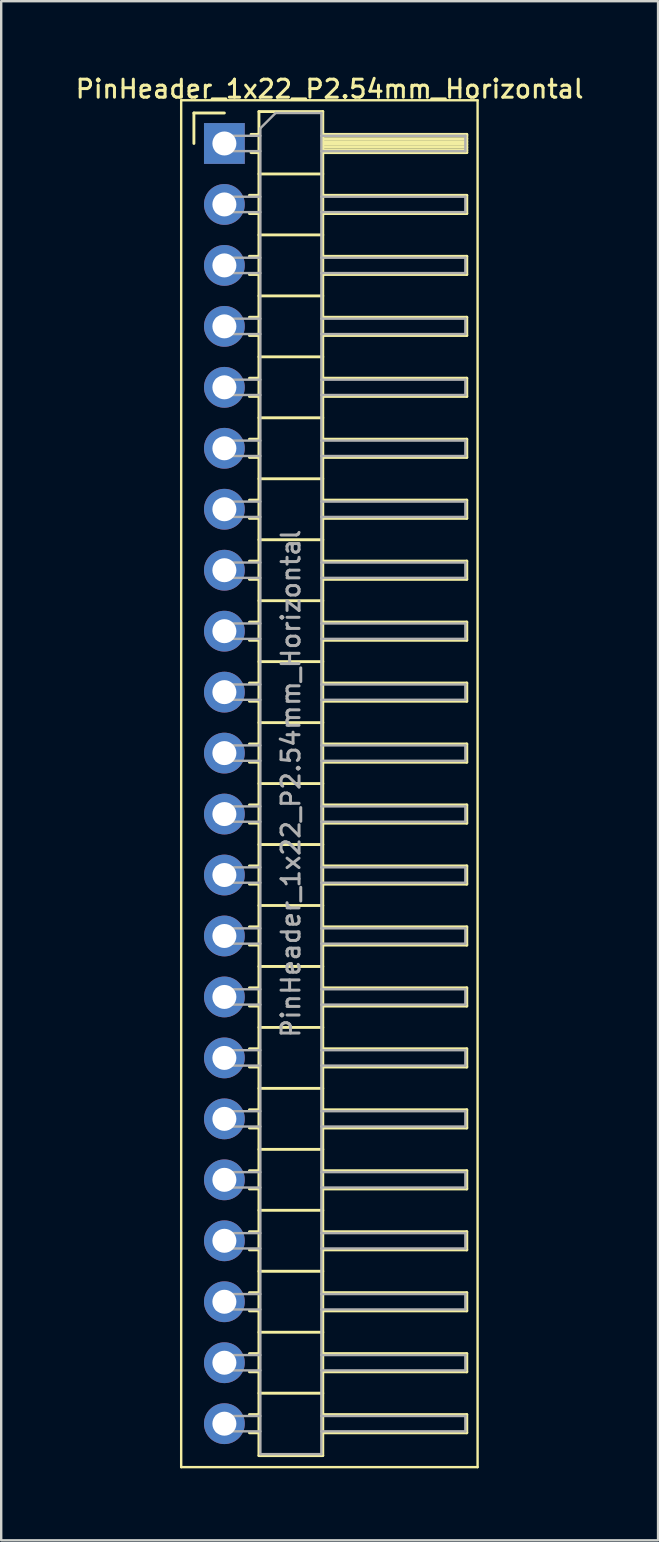
<source format=kicad_pcb>
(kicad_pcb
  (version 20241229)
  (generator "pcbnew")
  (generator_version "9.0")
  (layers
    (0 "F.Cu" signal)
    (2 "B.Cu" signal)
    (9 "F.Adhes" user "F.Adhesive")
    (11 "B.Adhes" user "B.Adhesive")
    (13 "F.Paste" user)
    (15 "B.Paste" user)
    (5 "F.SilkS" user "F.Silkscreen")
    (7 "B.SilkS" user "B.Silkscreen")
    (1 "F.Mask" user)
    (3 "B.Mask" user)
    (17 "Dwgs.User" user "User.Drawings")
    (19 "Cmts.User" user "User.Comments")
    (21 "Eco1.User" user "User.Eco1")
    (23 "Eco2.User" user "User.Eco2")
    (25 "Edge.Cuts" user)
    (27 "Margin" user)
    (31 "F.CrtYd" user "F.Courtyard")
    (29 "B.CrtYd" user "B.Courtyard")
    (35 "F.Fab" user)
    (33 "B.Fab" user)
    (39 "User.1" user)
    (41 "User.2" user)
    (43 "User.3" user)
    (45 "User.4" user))
  (footprint "PinHeader_1x22_P2.54mm_Horizontal"
    (layer "F.Cu")
    (at 6.299 2.928)
    (property "Reference" "PinHeader_1x22_P2.54mm_Horizontal" (at 4.385 -2.27 0) (layer "F.SilkS") (effects (font (size 0.75 0.75) (thickness 0.125))))
    (attr through_hole)
    (fp_line (start -1.8 -1.8) (end -1.8 55.15) (stroke (width 0.1) (type solid)) (layer "F.SilkS"))
    (fp_line (start -1.8 55.15) (end 10.55 55.15) (stroke (width 0.1) (type solid)) (layer "F.SilkS"))
    (fp_line (start -1.27 -1.27) (end 0 -1.27) (stroke (width 0.12) (type solid)) (layer "F.SilkS"))
    (fp_line (start -1.27 0) (end -1.27 -1.27) (stroke (width 0.12) (type solid)) (layer "F.SilkS"))
    (fp_line (start 1.043 2.16) (end 1.44 2.16) (stroke (width 0.12) (type solid)) (layer "F.SilkS"))
    (fp_line (start 1.043 2.92) (end 1.44 2.92) (stroke (width 0.12) (type solid)) (layer "F.SilkS"))
    (fp_line (start 1.043 4.7) (end 1.44 4.7) (stroke (width 0.12) (type solid)) (layer "F.SilkS"))
    (fp_line (start 1.043 5.46) (end 1.44 5.46) (stroke (width 0.12) (type solid)) (layer "F.SilkS"))
    (fp_line (start 1.043 7.24) (end 1.44 7.24) (stroke (width 0.12) (type solid)) (layer "F.SilkS"))
    (fp_line (start 1.043 8) (end 1.44 8) (stroke (width 0.12) (type solid)) (layer "F.SilkS"))
    (fp_line (start 1.043 9.78) (end 1.44 9.78) (stroke (width 0.12) (type solid)) (layer "F.SilkS"))
    (fp_line (start 1.043 10.54) (end 1.44 10.54) (stroke (width 0.12) (type solid)) (layer "F.SilkS"))
    (fp_line (start 1.043 12.32) (end 1.44 12.32) (stroke (width 0.12) (type solid)) (layer "F.SilkS"))
    (fp_line (start 1.043 13.08) (end 1.44 13.08) (stroke (width 0.12) (type solid)) (layer "F.SilkS"))
    (fp_line (start 1.043 14.86) (end 1.44 14.86) (stroke (width 0.12) (type solid)) (layer "F.SilkS"))
    (fp_line (start 1.043 15.62) (end 1.44 15.62) (stroke (width 0.12) (type solid)) (layer "F.SilkS"))
    (fp_line (start 1.043 17.4) (end 1.44 17.4) (stroke (width 0.12) (type solid)) (layer "F.SilkS"))
    (fp_line (start 1.043 18.16) (end 1.44 18.16) (stroke (width 0.12) (type solid)) (layer "F.SilkS"))
    (fp_line (start 1.043 19.94) (end 1.44 19.94) (stroke (width 0.12) (type solid)) (layer "F.SilkS"))
    (fp_line (start 1.043 20.7) (end 1.44 20.7) (stroke (width 0.12) (type solid)) (layer "F.SilkS"))
    (fp_line (start 1.043 22.48) (end 1.44 22.48) (stroke (width 0.12) (type solid)) (layer "F.SilkS"))
    (fp_line (start 1.043 23.24) (end 1.44 23.24) (stroke (width 0.12) (type solid)) (layer "F.SilkS"))
    (fp_line (start 1.043 25.02) (end 1.44 25.02) (stroke (width 0.12) (type solid)) (layer "F.SilkS"))
    (fp_line (start 1.043 25.78) (end 1.44 25.78) (stroke (width 0.12) (type solid)) (layer "F.SilkS"))
    (fp_line (start 1.043 27.56) (end 1.44 27.56) (stroke (width 0.12) (type solid)) (layer "F.SilkS"))
    (fp_line (start 1.043 28.32) (end 1.44 28.32) (stroke (width 0.12) (type solid)) (layer "F.SilkS"))
    (fp_line (start 1.043 30.1) (end 1.44 30.1) (stroke (width 0.12) (type solid)) (layer "F.SilkS"))
    (fp_line (start 1.043 30.86) (end 1.44 30.86) (stroke (width 0.12) (type solid)) (layer "F.SilkS"))
    (fp_line (start 1.043 32.64) (end 1.44 32.64) (stroke (width 0.12) (type solid)) (layer "F.SilkS"))
    (fp_line (start 1.043 33.4) (end 1.44 33.4) (stroke (width 0.12) (type solid)) (layer "F.SilkS"))
    (fp_line (start 1.043 35.18) (end 1.44 35.18) (stroke (width 0.12) (type solid)) (layer "F.SilkS"))
    (fp_line (start 1.043 35.94) (end 1.44 35.94) (stroke (width 0.12) (type solid)) (layer "F.SilkS"))
    (fp_line (start 1.043 37.72) (end 1.44 37.72) (stroke (width 0.12) (type solid)) (layer "F.SilkS"))
    (fp_line (start 1.043 38.48) (end 1.44 38.48) (stroke (width 0.12) (type solid)) (layer "F.SilkS"))
    (fp_line (start 1.043 40.26) (end 1.44 40.26) (stroke (width 0.12) (type solid)) (layer "F.SilkS"))
    (fp_line (start 1.043 41.02) (end 1.44 41.02) (stroke (width 0.12) (type solid)) (layer "F.SilkS"))
    (fp_line (start 1.043 42.8) (end 1.44 42.8) (stroke (width 0.12) (type solid)) (layer "F.SilkS"))
    (fp_line (start 1.043 43.56) (end 1.44 43.56) (stroke (width 0.12) (type solid)) (layer "F.SilkS"))
    (fp_line (start 1.043 45.34) (end 1.44 45.34) (stroke (width 0.12) (type solid)) (layer "F.SilkS"))
    (fp_line (start 1.043 46.1) (end 1.44 46.1) (stroke (width 0.12) (type solid)) (layer "F.SilkS"))
    (fp_line (start 1.043 47.88) (end 1.44 47.88) (stroke (width 0.12) (type solid)) (layer "F.SilkS"))
    (fp_line (start 1.043 48.64) (end 1.44 48.64) (stroke (width 0.12) (type solid)) (layer "F.SilkS"))
    (fp_line (start 1.043 50.42) (end 1.44 50.42) (stroke (width 0.12) (type solid)) (layer "F.SilkS"))
    (fp_line (start 1.043 51.18) (end 1.44 51.18) (stroke (width 0.12) (type solid)) (layer "F.SilkS"))
    (fp_line (start 1.043 52.96) (end 1.44 52.96) (stroke (width 0.12) (type solid)) (layer "F.SilkS"))
    (fp_line (start 1.043 53.72) (end 1.44 53.72) (stroke (width 0.12) (type solid)) (layer "F.SilkS"))
    (fp_line (start 1.11 -0.38) (end 1.44 -0.38) (stroke (width 0.12) (type solid)) (layer "F.SilkS"))
    (fp_line (start 1.11 0.38) (end 1.44 0.38) (stroke (width 0.12) (type solid)) (layer "F.SilkS"))
    (fp_line (start 1.44 -1.33) (end 1.44 54.67) (stroke (width 0.12) (type solid)) (layer "F.SilkS"))
    (fp_line (start 1.44 1.27) (end 4.1 1.27) (stroke (width 0.12) (type solid)) (layer "F.SilkS"))
    (fp_line (start 1.44 3.81) (end 4.1 3.81) (stroke (width 0.12) (type solid)) (layer "F.SilkS"))
    (fp_line (start 1.44 6.35) (end 4.1 6.35) (stroke (width 0.12) (type solid)) (layer "F.SilkS"))
    (fp_line (start 1.44 8.89) (end 4.1 8.89) (stroke (width 0.12) (type solid)) (layer "F.SilkS"))
    (fp_line (start 1.44 11.43) (end 4.1 11.43) (stroke (width 0.12) (type solid)) (layer "F.SilkS"))
    (fp_line (start 1.44 13.97) (end 4.1 13.97) (stroke (width 0.12) (type solid)) (layer "F.SilkS"))
    (fp_line (start 1.44 16.51) (end 4.1 16.51) (stroke (width 0.12) (type solid)) (layer "F.SilkS"))
    (fp_line (start 1.44 19.05) (end 4.1 19.05) (stroke (width 0.12) (type solid)) (layer "F.SilkS"))
    (fp_line (start 1.44 21.59) (end 4.1 21.59) (stroke (width 0.12) (type solid)) (layer "F.SilkS"))
    (fp_line (start 1.44 24.13) (end 4.1 24.13) (stroke (width 0.12) (type solid)) (layer "F.SilkS"))
    (fp_line (start 1.44 26.67) (end 4.1 26.67) (stroke (width 0.12) (type solid)) (layer "F.SilkS"))
    (fp_line (start 1.44 29.21) (end 4.1 29.21) (stroke (width 0.12) (type solid)) (layer "F.SilkS"))
    (fp_line (start 1.44 31.75) (end 4.1 31.75) (stroke (width 0.12) (type solid)) (layer "F.SilkS"))
    (fp_line (start 1.44 34.29) (end 4.1 34.29) (stroke (width 0.12) (type solid)) (layer "F.SilkS"))
    (fp_line (start 1.44 36.83) (end 4.1 36.83) (stroke (width 0.12) (type solid)) (layer "F.SilkS"))
    (fp_line (start 1.44 39.37) (end 4.1 39.37) (stroke (width 0.12) (type solid)) (layer "F.SilkS"))
    (fp_line (start 1.44 41.91) (end 4.1 41.91) (stroke (width 0.12) (type solid)) (layer "F.SilkS"))
    (fp_line (start 1.44 44.45) (end 4.1 44.45) (stroke (width 0.12) (type solid)) (layer "F.SilkS"))
    (fp_line (start 1.44 46.99) (end 4.1 46.99) (stroke (width 0.12) (type solid)) (layer "F.SilkS"))
    (fp_line (start 1.44 49.53) (end 4.1 49.53) (stroke (width 0.12) (type solid)) (layer "F.SilkS"))
    (fp_line (start 1.44 52.07) (end 4.1 52.07) (stroke (width 0.12) (type solid)) (layer "F.SilkS"))
    (fp_line (start 1.44 54.67) (end 4.1 54.67) (stroke (width 0.12) (type solid)) (layer "F.SilkS"))
    (fp_line (start 4.1 -1.33) (end 1.44 -1.33) (stroke (width 0.12) (type solid)) (layer "F.SilkS"))
    (fp_line (start 4.1 -0.38) (end 10.1 -0.38) (stroke (width 0.12) (type solid)) (layer "F.SilkS"))
    (fp_line (start 4.1 -0.32) (end 10.1 -0.32) (stroke (width 0.12) (type solid)) (layer "F.SilkS"))
    (fp_line (start 4.1 -0.2) (end 10.1 -0.2) (stroke (width 0.12) (type solid)) (layer "F.SilkS"))
    (fp_line (start 4.1 -0.08) (end 10.1 -0.08) (stroke (width 0.12) (type solid)) (layer "F.SilkS"))
    (fp_line (start 4.1 0.04) (end 10.1 0.04) (stroke (width 0.12) (type solid)) (layer "F.SilkS"))
    (fp_line (start 4.1 0.16) (end 10.1 0.16) (stroke (width 0.12) (type solid)) (layer "F.SilkS"))
    (fp_line (start 4.1 0.28) (end 10.1 0.28) (stroke (width 0.12) (type solid)) (layer "F.SilkS"))
    (fp_line (start 4.1 2.16) (end 10.1 2.16) (stroke (width 0.12) (type solid)) (layer "F.SilkS"))
    (fp_line (start 4.1 4.7) (end 10.1 4.7) (stroke (width 0.12) (type solid)) (layer "F.SilkS"))
    (fp_line (start 4.1 7.24) (end 10.1 7.24) (stroke (width 0.12) (type solid)) (layer "F.SilkS"))
    (fp_line (start 4.1 9.78) (end 10.1 9.78) (stroke (width 0.12) (type solid)) (layer "F.SilkS"))
    (fp_line (start 4.1 12.32) (end 10.1 12.32) (stroke (width 0.12) (type solid)) (layer "F.SilkS"))
    (fp_line (start 4.1 14.86) (end 10.1 14.86) (stroke (width 0.12) (type solid)) (layer "F.SilkS"))
    (fp_line (start 4.1 17.4) (end 10.1 17.4) (stroke (width 0.12) (type solid)) (layer "F.SilkS"))
    (fp_line (start 4.1 19.94) (end 10.1 19.94) (stroke (width 0.12) (type solid)) (layer "F.SilkS"))
    (fp_line (start 4.1 22.48) (end 10.1 22.48) (stroke (width 0.12) (type solid)) (layer "F.SilkS"))
    (fp_line (start 4.1 25.02) (end 10.1 25.02) (stroke (width 0.12) (type solid)) (layer "F.SilkS"))
    (fp_line (start 4.1 27.56) (end 10.1 27.56) (stroke (width 0.12) (type solid)) (layer "F.SilkS"))
    (fp_line (start 4.1 30.1) (end 10.1 30.1) (stroke (width 0.12) (type solid)) (layer "F.SilkS"))
    (fp_line (start 4.1 32.64) (end 10.1 32.64) (stroke (width 0.12) (type solid)) (layer "F.SilkS"))
    (fp_line (start 4.1 35.18) (end 10.1 35.18) (stroke (width 0.12) (type solid)) (layer "F.SilkS"))
    (fp_line (start 4.1 37.72) (end 10.1 37.72) (stroke (width 0.12) (type solid)) (layer "F.SilkS"))
    (fp_line (start 4.1 40.26) (end 10.1 40.26) (stroke (width 0.12) (type solid)) (layer "F.SilkS"))
    (fp_line (start 4.1 42.8) (end 10.1 42.8) (stroke (width 0.12) (type solid)) (layer "F.SilkS"))
    (fp_line (start 4.1 45.34) (end 10.1 45.34) (stroke (width 0.12) (type solid)) (layer "F.SilkS"))
    (fp_line (start 4.1 47.88) (end 10.1 47.88) (stroke (width 0.12) (type solid)) (layer "F.SilkS"))
    (fp_line (start 4.1 50.42) (end 10.1 50.42) (stroke (width 0.12) (type solid)) (layer "F.SilkS"))
    (fp_line (start 4.1 52.96) (end 10.1 52.96) (stroke (width 0.12) (type solid)) (layer "F.SilkS"))
    (fp_line (start 4.1 54.67) (end 4.1 -1.33) (stroke (width 0.12) (type solid)) (layer "F.SilkS"))
    (fp_line (start 10.1 -0.38) (end 10.1 0.38) (stroke (width 0.12) (type solid)) (layer "F.SilkS"))
    (fp_line (start 10.1 0.38) (end 4.1 0.38) (stroke (width 0.12) (type solid)) (layer "F.SilkS"))
    (fp_line (start 10.1 2.16) (end 10.1 2.92) (stroke (width 0.12) (type solid)) (layer "F.SilkS"))
    (fp_line (start 10.1 2.92) (end 4.1 2.92) (stroke (width 0.12) (type solid)) (layer "F.SilkS"))
    (fp_line (start 10.1 4.7) (end 10.1 5.46) (stroke (width 0.12) (type solid)) (layer "F.SilkS"))
    (fp_line (start 10.1 5.46) (end 4.1 5.46) (stroke (width 0.12) (type solid)) (layer "F.SilkS"))
    (fp_line (start 10.1 7.24) (end 10.1 8) (stroke (width 0.12) (type solid)) (layer "F.SilkS"))
    (fp_line (start 10.1 8) (end 4.1 8) (stroke (width 0.12) (type solid)) (layer "F.SilkS"))
    (fp_line (start 10.1 9.78) (end 10.1 10.54) (stroke (width 0.12) (type solid)) (layer "F.SilkS"))
    (fp_line (start 10.1 10.54) (end 4.1 10.54) (stroke (width 0.12) (type solid)) (layer "F.SilkS"))
    (fp_line (start 10.1 12.32) (end 10.1 13.08) (stroke (width 0.12) (type solid)) (layer "F.SilkS"))
    (fp_line (start 10.1 13.08) (end 4.1 13.08) (stroke (width 0.12) (type solid)) (layer "F.SilkS"))
    (fp_line (start 10.1 14.86) (end 10.1 15.62) (stroke (width 0.12) (type solid)) (layer "F.SilkS"))
    (fp_line (start 10.1 15.62) (end 4.1 15.62) (stroke (width 0.12) (type solid)) (layer "F.SilkS"))
    (fp_line (start 10.1 17.4) (end 10.1 18.16) (stroke (width 0.12) (type solid)) (layer "F.SilkS"))
    (fp_line (start 10.1 18.16) (end 4.1 18.16) (stroke (width 0.12) (type solid)) (layer "F.SilkS"))
    (fp_line (start 10.1 19.94) (end 10.1 20.7) (stroke (width 0.12) (type solid)) (layer "F.SilkS"))
    (fp_line (start 10.1 20.7) (end 4.1 20.7) (stroke (width 0.12) (type solid)) (layer "F.SilkS"))
    (fp_line (start 10.1 22.48) (end 10.1 23.24) (stroke (width 0.12) (type solid)) (layer "F.SilkS"))
    (fp_line (start 10.1 23.24) (end 4.1 23.24) (stroke (width 0.12) (type solid)) (layer "F.SilkS"))
    (fp_line (start 10.1 25.02) (end 10.1 25.78) (stroke (width 0.12) (type solid)) (layer "F.SilkS"))
    (fp_line (start 10.1 25.78) (end 4.1 25.78) (stroke (width 0.12) (type solid)) (layer "F.SilkS"))
    (fp_line (start 10.1 27.56) (end 10.1 28.32) (stroke (width 0.12) (type solid)) (layer "F.SilkS"))
    (fp_line (start 10.1 28.32) (end 4.1 28.32) (stroke (width 0.12) (type solid)) (layer "F.SilkS"))
    (fp_line (start 10.1 30.1) (end 10.1 30.86) (stroke (width 0.12) (type solid)) (layer "F.SilkS"))
    (fp_line (start 10.1 30.86) (end 4.1 30.86) (stroke (width 0.12) (type solid)) (layer "F.SilkS"))
    (fp_line (start 10.1 32.64) (end 10.1 33.4) (stroke (width 0.12) (type solid)) (layer "F.SilkS"))
    (fp_line (start 10.1 33.4) (end 4.1 33.4) (stroke (width 0.12) (type solid)) (layer "F.SilkS"))
    (fp_line (start 10.1 35.18) (end 10.1 35.94) (stroke (width 0.12) (type solid)) (layer "F.SilkS"))
    (fp_line (start 10.1 35.94) (end 4.1 35.94) (stroke (width 0.12) (type solid)) (layer "F.SilkS"))
    (fp_line (start 10.1 37.72) (end 10.1 38.48) (stroke (width 0.12) (type solid)) (layer "F.SilkS"))
    (fp_line (start 10.1 38.48) (end 4.1 38.48) (stroke (width 0.12) (type solid)) (layer "F.SilkS"))
    (fp_line (start 10.1 40.26) (end 10.1 41.02) (stroke (width 0.12) (type solid)) (layer "F.SilkS"))
    (fp_line (start 10.1 41.02) (end 4.1 41.02) (stroke (width 0.12) (type solid)) (layer "F.SilkS"))
    (fp_line (start 10.1 42.8) (end 10.1 43.56) (stroke (width 0.12) (type solid)) (layer "F.SilkS"))
    (fp_line (start 10.1 43.56) (end 4.1 43.56) (stroke (width 0.12) (type solid)) (layer "F.SilkS"))
    (fp_line (start 10.1 45.34) (end 10.1 46.1) (stroke (width 0.12) (type solid)) (layer "F.SilkS"))
    (fp_line (start 10.1 46.1) (end 4.1 46.1) (stroke (width 0.12) (type solid)) (layer "F.SilkS"))
    (fp_line (start 10.1 47.88) (end 10.1 48.64) (stroke (width 0.12) (type solid)) (layer "F.SilkS"))
    (fp_line (start 10.1 48.64) (end 4.1 48.64) (stroke (width 0.12) (type solid)) (layer "F.SilkS"))
    (fp_line (start 10.1 50.42) (end 10.1 51.18) (stroke (width 0.12) (type solid)) (layer "F.SilkS"))
    (fp_line (start 10.1 51.18) (end 4.1 51.18) (stroke (width 0.12) (type solid)) (layer "F.SilkS"))
    (fp_line (start 10.1 52.96) (end 10.1 53.72) (stroke (width 0.12) (type solid)) (layer "F.SilkS"))
    (fp_line (start 10.1 53.72) (end 4.1 53.72) (stroke (width 0.12) (type solid)) (layer "F.SilkS"))
    (fp_line (start 10.55 -1.8) (end -1.8 -1.8) (stroke (width 0.1) (type solid)) (layer "F.SilkS"))
    (fp_line (start 10.55 55.15) (end 10.55 -1.8) (stroke (width 0.1) (type solid)) (layer "F.SilkS"))
    (fp_line (start -0.32 -0.32) (end -0.32 0.32) (stroke (width 0.1) (type solid)) (layer "F.Fab"))
    (fp_line (start -0.32 -0.32) (end 1.5 -0.32) (stroke (width 0.1) (type solid)) (layer "F.Fab"))
    (fp_line (start -0.32 0.32) (end 1.5 0.32) (stroke (width 0.1) (type solid)) (layer "F.Fab"))
    (fp_line (start -0.32 2.22) (end -0.32 2.86) (stroke (width 0.1) (type solid)) (layer "F.Fab"))
    (fp_line (start -0.32 2.22) (end 1.5 2.22) (stroke (width 0.1) (type solid)) (layer "F.Fab"))
    (fp_line (start -0.32 2.86) (end 1.5 2.86) (stroke (width 0.1) (type solid)) (layer "F.Fab"))
    (fp_line (start -0.32 4.76) (end -0.32 5.4) (stroke (width 0.1) (type solid)) (layer "F.Fab"))
    (fp_line (start -0.32 4.76) (end 1.5 4.76) (stroke (width 0.1) (type solid)) (layer "F.Fab"))
    (fp_line (start -0.32 5.4) (end 1.5 5.4) (stroke (width 0.1) (type solid)) (layer "F.Fab"))
    (fp_line (start -0.32 7.3) (end -0.32 7.94) (stroke (width 0.1) (type solid)) (layer "F.Fab"))
    (fp_line (start -0.32 7.3) (end 1.5 7.3) (stroke (width 0.1) (type solid)) (layer "F.Fab"))
    (fp_line (start -0.32 7.94) (end 1.5 7.94) (stroke (width 0.1) (type solid)) (layer "F.Fab"))
    (fp_line (start -0.32 9.84) (end -0.32 10.48) (stroke (width 0.1) (type solid)) (layer "F.Fab"))
    (fp_line (start -0.32 9.84) (end 1.5 9.84) (stroke (width 0.1) (type solid)) (layer "F.Fab"))
    (fp_line (start -0.32 10.48) (end 1.5 10.48) (stroke (width 0.1) (type solid)) (layer "F.Fab"))
    (fp_line (start -0.32 12.38) (end -0.32 13.02) (stroke (width 0.1) (type solid)) (layer "F.Fab"))
    (fp_line (start -0.32 12.38) (end 1.5 12.38) (stroke (width 0.1) (type solid)) (layer "F.Fab"))
    (fp_line (start -0.32 13.02) (end 1.5 13.02) (stroke (width 0.1) (type solid)) (layer "F.Fab"))
    (fp_line (start -0.32 14.92) (end -0.32 15.56) (stroke (width 0.1) (type solid)) (layer "F.Fab"))
    (fp_line (start -0.32 14.92) (end 1.5 14.92) (stroke (width 0.1) (type solid)) (layer "F.Fab"))
    (fp_line (start -0.32 15.56) (end 1.5 15.56) (stroke (width 0.1) (type solid)) (layer "F.Fab"))
    (fp_line (start -0.32 17.46) (end -0.32 18.1) (stroke (width 0.1) (type solid)) (layer "F.Fab"))
    (fp_line (start -0.32 17.46) (end 1.5 17.46) (stroke (width 0.1) (type solid)) (layer "F.Fab"))
    (fp_line (start -0.32 18.1) (end 1.5 18.1) (stroke (width 0.1) (type solid)) (layer "F.Fab"))
    (fp_line (start -0.32 20) (end -0.32 20.64) (stroke (width 0.1) (type solid)) (layer "F.Fab"))
    (fp_line (start -0.32 20) (end 1.5 20) (stroke (width 0.1) (type solid)) (layer "F.Fab"))
    (fp_line (start -0.32 20.64) (end 1.5 20.64) (stroke (width 0.1) (type solid)) (layer "F.Fab"))
    (fp_line (start -0.32 22.54) (end -0.32 23.18) (stroke (width 0.1) (type solid)) (layer "F.Fab"))
    (fp_line (start -0.32 22.54) (end 1.5 22.54) (stroke (width 0.1) (type solid)) (layer "F.Fab"))
    (fp_line (start -0.32 23.18) (end 1.5 23.18) (stroke (width 0.1) (type solid)) (layer "F.Fab"))
    (fp_line (start -0.32 25.08) (end -0.32 25.72) (stroke (width 0.1) (type solid)) (layer "F.Fab"))
    (fp_line (start -0.32 25.08) (end 1.5 25.08) (stroke (width 0.1) (type solid)) (layer "F.Fab"))
    (fp_line (start -0.32 25.72) (end 1.5 25.72) (stroke (width 0.1) (type solid)) (layer "F.Fab"))
    (fp_line (start -0.32 27.62) (end -0.32 28.26) (stroke (width 0.1) (type solid)) (layer "F.Fab"))
    (fp_line (start -0.32 27.62) (end 1.5 27.62) (stroke (width 0.1) (type solid)) (layer "F.Fab"))
    (fp_line (start -0.32 28.26) (end 1.5 28.26) (stroke (width 0.1) (type solid)) (layer "F.Fab"))
    (fp_line (start -0.32 30.16) (end -0.32 30.8) (stroke (width 0.1) (type solid)) (layer "F.Fab"))
    (fp_line (start -0.32 30.16) (end 1.5 30.16) (stroke (width 0.1) (type solid)) (layer "F.Fab"))
    (fp_line (start -0.32 30.8) (end 1.5 30.8) (stroke (width 0.1) (type solid)) (layer "F.Fab"))
    (fp_line (start -0.32 32.7) (end -0.32 33.34) (stroke (width 0.1) (type solid)) (layer "F.Fab"))
    (fp_line (start -0.32 32.7) (end 1.5 32.7) (stroke (width 0.1) (type solid)) (layer "F.Fab"))
    (fp_line (start -0.32 33.34) (end 1.5 33.34) (stroke (width 0.1) (type solid)) (layer "F.Fab"))
    (fp_line (start -0.32 35.24) (end -0.32 35.88) (stroke (width 0.1) (type solid)) (layer "F.Fab"))
    (fp_line (start -0.32 35.24) (end 1.5 35.24) (stroke (width 0.1) (type solid)) (layer "F.Fab"))
    (fp_line (start -0.32 35.88) (end 1.5 35.88) (stroke (width 0.1) (type solid)) (layer "F.Fab"))
    (fp_line (start -0.32 37.78) (end -0.32 38.42) (stroke (width 0.1) (type solid)) (layer "F.Fab"))
    (fp_line (start -0.32 37.78) (end 1.5 37.78) (stroke (width 0.1) (type solid)) (layer "F.Fab"))
    (fp_line (start -0.32 38.42) (end 1.5 38.42) (stroke (width 0.1) (type solid)) (layer "F.Fab"))
    (fp_line (start -0.32 40.32) (end -0.32 40.96) (stroke (width 0.1) (type solid)) (layer "F.Fab"))
    (fp_line (start -0.32 40.32) (end 1.5 40.32) (stroke (width 0.1) (type solid)) (layer "F.Fab"))
    (fp_line (start -0.32 40.96) (end 1.5 40.96) (stroke (width 0.1) (type solid)) (layer "F.Fab"))
    (fp_line (start -0.32 42.86) (end -0.32 43.5) (stroke (width 0.1) (type solid)) (layer "F.Fab"))
    (fp_line (start -0.32 42.86) (end 1.5 42.86) (stroke (width 0.1) (type solid)) (layer "F.Fab"))
    (fp_line (start -0.32 43.5) (end 1.5 43.5) (stroke (width 0.1) (type solid)) (layer "F.Fab"))
    (fp_line (start -0.32 45.4) (end -0.32 46.04) (stroke (width 0.1) (type solid)) (layer "F.Fab"))
    (fp_line (start -0.32 45.4) (end 1.5 45.4) (stroke (width 0.1) (type solid)) (layer "F.Fab"))
    (fp_line (start -0.32 46.04) (end 1.5 46.04) (stroke (width 0.1) (type solid)) (layer "F.Fab"))
    (fp_line (start -0.32 47.94) (end -0.32 48.58) (stroke (width 0.1) (type solid)) (layer "F.Fab"))
    (fp_line (start -0.32 47.94) (end 1.5 47.94) (stroke (width 0.1) (type solid)) (layer "F.Fab"))
    (fp_line (start -0.32 48.58) (end 1.5 48.58) (stroke (width 0.1) (type solid)) (layer "F.Fab"))
    (fp_line (start -0.32 50.48) (end -0.32 51.12) (stroke (width 0.1) (type solid)) (layer "F.Fab"))
    (fp_line (start -0.32 50.48) (end 1.5 50.48) (stroke (width 0.1) (type solid)) (layer "F.Fab"))
    (fp_line (start -0.32 51.12) (end 1.5 51.12) (stroke (width 0.1) (type solid)) (layer "F.Fab"))
    (fp_line (start -0.32 53.02) (end -0.32 53.66) (stroke (width 0.1) (type solid)) (layer "F.Fab"))
    (fp_line (start -0.32 53.02) (end 1.5 53.02) (stroke (width 0.1) (type solid)) (layer "F.Fab"))
    (fp_line (start -0.32 53.66) (end 1.5 53.66) (stroke (width 0.1) (type solid)) (layer "F.Fab"))
    (fp_line (start 1.5 -0.635) (end 2.135 -1.27) (stroke (width 0.1) (type solid)) (layer "F.Fab"))
    (fp_line (start 1.5 54.61) (end 1.5 -0.635) (stroke (width 0.1) (type solid)) (layer "F.Fab"))
    (fp_line (start 2.135 -1.27) (end 4.04 -1.27) (stroke (width 0.1) (type solid)) (layer "F.Fab"))
    (fp_line (start 4.04 -1.27) (end 4.04 54.61) (stroke (width 0.1) (type solid)) (layer "F.Fab"))
    (fp_line (start 4.04 -0.32) (end 10.04 -0.32) (stroke (width 0.1) (type solid)) (layer "F.Fab"))
    (fp_line (start 4.04 0.32) (end 10.04 0.32) (stroke (width 0.1) (type solid)) (layer "F.Fab"))
    (fp_line (start 4.04 2.22) (end 10.04 2.22) (stroke (width 0.1) (type solid)) (layer "F.Fab"))
    (fp_line (start 4.04 2.86) (end 10.04 2.86) (stroke (width 0.1) (type solid)) (layer "F.Fab"))
    (fp_line (start 4.04 4.76) (end 10.04 4.76) (stroke (width 0.1) (type solid)) (layer "F.Fab"))
    (fp_line (start 4.04 5.4) (end 10.04 5.4) (stroke (width 0.1) (type solid)) (layer "F.Fab"))
    (fp_line (start 4.04 7.3) (end 10.04 7.3) (stroke (width 0.1) (type solid)) (layer "F.Fab"))
    (fp_line (start 4.04 7.94) (end 10.04 7.94) (stroke (width 0.1) (type solid)) (layer "F.Fab"))
    (fp_line (start 4.04 9.84) (end 10.04 9.84) (stroke (width 0.1) (type solid)) (layer "F.Fab"))
    (fp_line (start 4.04 10.48) (end 10.04 10.48) (stroke (width 0.1) (type solid)) (layer "F.Fab"))
    (fp_line (start 4.04 12.38) (end 10.04 12.38) (stroke (width 0.1) (type solid)) (layer "F.Fab"))
    (fp_line (start 4.04 13.02) (end 10.04 13.02) (stroke (width 0.1) (type solid)) (layer "F.Fab"))
    (fp_line (start 4.04 14.92) (end 10.04 14.92) (stroke (width 0.1) (type solid)) (layer "F.Fab"))
    (fp_line (start 4.04 15.56) (end 10.04 15.56) (stroke (width 0.1) (type solid)) (layer "F.Fab"))
    (fp_line (start 4.04 17.46) (end 10.04 17.46) (stroke (width 0.1) (type solid)) (layer "F.Fab"))
    (fp_line (start 4.04 18.1) (end 10.04 18.1) (stroke (width 0.1) (type solid)) (layer "F.Fab"))
    (fp_line (start 4.04 20) (end 10.04 20) (stroke (width 0.1) (type solid)) (layer "F.Fab"))
    (fp_line (start 4.04 20.64) (end 10.04 20.64) (stroke (width 0.1) (type solid)) (layer "F.Fab"))
    (fp_line (start 4.04 22.54) (end 10.04 22.54) (stroke (width 0.1) (type solid)) (layer "F.Fab"))
    (fp_line (start 4.04 23.18) (end 10.04 23.18) (stroke (width 0.1) (type solid)) (layer "F.Fab"))
    (fp_line (start 4.04 25.08) (end 10.04 25.08) (stroke (width 0.1) (type solid)) (layer "F.Fab"))
    (fp_line (start 4.04 25.72) (end 10.04 25.72) (stroke (width 0.1) (type solid)) (layer "F.Fab"))
    (fp_line (start 4.04 27.62) (end 10.04 27.62) (stroke (width 0.1) (type solid)) (layer "F.Fab"))
    (fp_line (start 4.04 28.26) (end 10.04 28.26) (stroke (width 0.1) (type solid)) (layer "F.Fab"))
    (fp_line (start 4.04 30.16) (end 10.04 30.16) (stroke (width 0.1) (type solid)) (layer "F.Fab"))
    (fp_line (start 4.04 30.8) (end 10.04 30.8) (stroke (width 0.1) (type solid)) (layer "F.Fab"))
    (fp_line (start 4.04 32.7) (end 10.04 32.7) (stroke (width 0.1) (type solid)) (layer "F.Fab"))
    (fp_line (start 4.04 33.34) (end 10.04 33.34) (stroke (width 0.1) (type solid)) (layer "F.Fab"))
    (fp_line (start 4.04 35.24) (end 10.04 35.24) (stroke (width 0.1) (type solid)) (layer "F.Fab"))
    (fp_line (start 4.04 35.88) (end 10.04 35.88) (stroke (width 0.1) (type solid)) (layer "F.Fab"))
    (fp_line (start 4.04 37.78) (end 10.04 37.78) (stroke (width 0.1) (type solid)) (layer "F.Fab"))
    (fp_line (start 4.04 38.42) (end 10.04 38.42) (stroke (width 0.1) (type solid)) (layer "F.Fab"))
    (fp_line (start 4.04 40.32) (end 10.04 40.32) (stroke (width 0.1) (type solid)) (layer "F.Fab"))
    (fp_line (start 4.04 40.96) (end 10.04 40.96) (stroke (width 0.1) (type solid)) (layer "F.Fab"))
    (fp_line (start 4.04 42.86) (end 10.04 42.86) (stroke (width 0.1) (type solid)) (layer "F.Fab"))
    (fp_line (start 4.04 43.5) (end 10.04 43.5) (stroke (width 0.1) (type solid)) (layer "F.Fab"))
    (fp_line (start 4.04 45.4) (end 10.04 45.4) (stroke (width 0.1) (type solid)) (layer "F.Fab"))
    (fp_line (start 4.04 46.04) (end 10.04 46.04) (stroke (width 0.1) (type solid)) (layer "F.Fab"))
    (fp_line (start 4.04 47.94) (end 10.04 47.94) (stroke (width 0.1) (type solid)) (layer "F.Fab"))
    (fp_line (start 4.04 48.58) (end 10.04 48.58) (stroke (width 0.1) (type solid)) (layer "F.Fab"))
    (fp_line (start 4.04 50.48) (end 10.04 50.48) (stroke (width 0.1) (type solid)) (layer "F.Fab"))
    (fp_line (start 4.04 51.12) (end 10.04 51.12) (stroke (width 0.1) (type solid)) (layer "F.Fab"))
    (fp_line (start 4.04 53.02) (end 10.04 53.02) (stroke (width 0.1) (type solid)) (layer "F.Fab"))
    (fp_line (start 4.04 53.66) (end 10.04 53.66) (stroke (width 0.1) (type solid)) (layer "F.Fab"))
    (fp_line (start 4.04 54.61) (end 1.5 54.61) (stroke (width 0.1) (type solid)) (layer "F.Fab"))
    (fp_line (start 10.04 -0.32) (end 10.04 0.32) (stroke (width 0.1) (type solid)) (layer "F.Fab"))
    (fp_line (start 10.04 2.22) (end 10.04 2.86) (stroke (width 0.1) (type solid)) (layer "F.Fab"))
    (fp_line (start 10.04 4.76) (end 10.04 5.4) (stroke (width 0.1) (type solid)) (layer "F.Fab"))
    (fp_line (start 10.04 7.3) (end 10.04 7.94) (stroke (width 0.1) (type solid)) (layer "F.Fab"))
    (fp_line (start 10.04 9.84) (end 10.04 10.48) (stroke (width 0.1) (type solid)) (layer "F.Fab"))
    (fp_line (start 10.04 12.38) (end 10.04 13.02) (stroke (width 0.1) (type solid)) (layer "F.Fab"))
    (fp_line (start 10.04 14.92) (end 10.04 15.56) (stroke (width 0.1) (type solid)) (layer "F.Fab"))
    (fp_line (start 10.04 17.46) (end 10.04 18.1) (stroke (width 0.1) (type solid)) (layer "F.Fab"))
    (fp_line (start 10.04 20) (end 10.04 20.64) (stroke (width 0.1) (type solid)) (layer "F.Fab"))
    (fp_line (start 10.04 22.54) (end 10.04 23.18) (stroke (width 0.1) (type solid)) (layer "F.Fab"))
    (fp_line (start 10.04 25.08) (end 10.04 25.72) (stroke (width 0.1) (type solid)) (layer "F.Fab"))
    (fp_line (start 10.04 27.62) (end 10.04 28.26) (stroke (width 0.1) (type solid)) (layer "F.Fab"))
    (fp_line (start 10.04 30.16) (end 10.04 30.8) (stroke (width 0.1) (type solid)) (layer "F.Fab"))
    (fp_line (start 10.04 32.7) (end 10.04 33.34) (stroke (width 0.1) (type solid)) (layer "F.Fab"))
    (fp_line (start 10.04 35.24) (end 10.04 35.88) (stroke (width 0.1) (type solid)) (layer "F.Fab"))
    (fp_line (start 10.04 37.78) (end 10.04 38.42) (stroke (width 0.1) (type solid)) (layer "F.Fab"))
    (fp_line (start 10.04 40.32) (end 10.04 40.96) (stroke (width 0.1) (type solid)) (layer "F.Fab"))
    (fp_line (start 10.04 42.86) (end 10.04 43.5) (stroke (width 0.1) (type solid)) (layer "F.Fab"))
    (fp_line (start 10.04 45.4) (end 10.04 46.04) (stroke (width 0.1) (type solid)) (layer "F.Fab"))
    (fp_line (start 10.04 47.94) (end 10.04 48.58) (stroke (width 0.1) (type solid)) (layer "F.Fab"))
    (fp_line (start 10.04 50.48) (end 10.04 51.12) (stroke (width 0.1) (type solid)) (layer "F.Fab"))
    (fp_line (start 10.04 53.02) (end 10.04 53.66) (stroke (width 0.1) (type solid)) (layer "F.Fab"))
    (fp_text user "${REFERENCE}" (at 2.77 26.67 90) (layer "F.Fab") (effects (font (size 0.75 0.75) (thickness 0.125))))
    (pad "1" thru_hole rect (at 0 0) (size 1.7 1.7) (drill 1) (layers "*.Cu" "*.Mask"))
    (pad "2" thru_hole oval (at 0 2.54) (size 1.7 1.7) (drill 1) (layers "*.Cu" "*.Mask"))
    (pad "3" thru_hole oval (at 0 5.08) (size 1.7 1.7) (drill 1) (layers "*.Cu" "*.Mask"))
    (pad "4" thru_hole oval (at 0 7.62) (size 1.7 1.7) (drill 1) (layers "*.Cu" "*.Mask"))
    (pad "5" thru_hole oval (at 0 10.16) (size 1.7 1.7) (drill 1) (layers "*.Cu" "*.Mask"))
    (pad "6" thru_hole oval (at 0 12.7) (size 1.7 1.7) (drill 1) (layers "*.Cu" "*.Mask"))
    (pad "7" thru_hole oval (at 0 15.24) (size 1.7 1.7) (drill 1) (layers "*.Cu" "*.Mask"))
    (pad "8" thru_hole oval (at 0 17.78) (size 1.7 1.7) (drill 1) (layers "*.Cu" "*.Mask"))
    (pad "9" thru_hole oval (at 0 20.32) (size 1.7 1.7) (drill 1) (layers "*.Cu" "*.Mask"))
    (pad "10" thru_hole oval (at 0 22.86) (size 1.7 1.7) (drill 1) (layers "*.Cu" "*.Mask"))
    (pad "11" thru_hole oval (at 0 25.4) (size 1.7 1.7) (drill 1) (layers "*.Cu" "*.Mask"))
    (pad "12" thru_hole oval (at 0 27.94) (size 1.7 1.7) (drill 1) (layers "*.Cu" "*.Mask"))
    (pad "13" thru_hole oval (at 0 30.48) (size 1.7 1.7) (drill 1) (layers "*.Cu" "*.Mask"))
    (pad "14" thru_hole oval (at 0 33.02) (size 1.7 1.7) (drill 1) (layers "*.Cu" "*.Mask"))
    (pad "15" thru_hole oval (at 0 35.56) (size 1.7 1.7) (drill 1) (layers "*.Cu" "*.Mask"))
    (pad "16" thru_hole oval (at 0 38.1) (size 1.7 1.7) (drill 1) (layers "*.Cu" "*.Mask"))
    (pad "17" thru_hole oval (at 0 40.64) (size 1.7 1.7) (drill 1) (layers "*.Cu" "*.Mask"))
    (pad "18" thru_hole oval (at 0 43.18) (size 1.7 1.7) (drill 1) (layers "*.Cu" "*.Mask"))
    (pad "19" thru_hole oval (at 0 45.72) (size 1.7 1.7) (drill 1) (layers "*.Cu" "*.Mask"))
    (pad "20" thru_hole oval (at 0 48.26) (size 1.7 1.7) (drill 1) (layers "*.Cu" "*.Mask"))
    (pad "21" thru_hole oval (at 0 50.8) (size 1.7 1.7) (drill 1) (layers "*.Cu" "*.Mask"))
    (pad "22" thru_hole oval (at 0 53.34) (size 1.7 1.7) (drill 1) (layers "*.Cu" "*.Mask")))
  (gr_rect
    (start -3 -3)
    (end 24.368 61.128)
    (stroke (width 0.1) (type default))
    (fill no)
    (layer "Edge.Cuts")))
</source>
